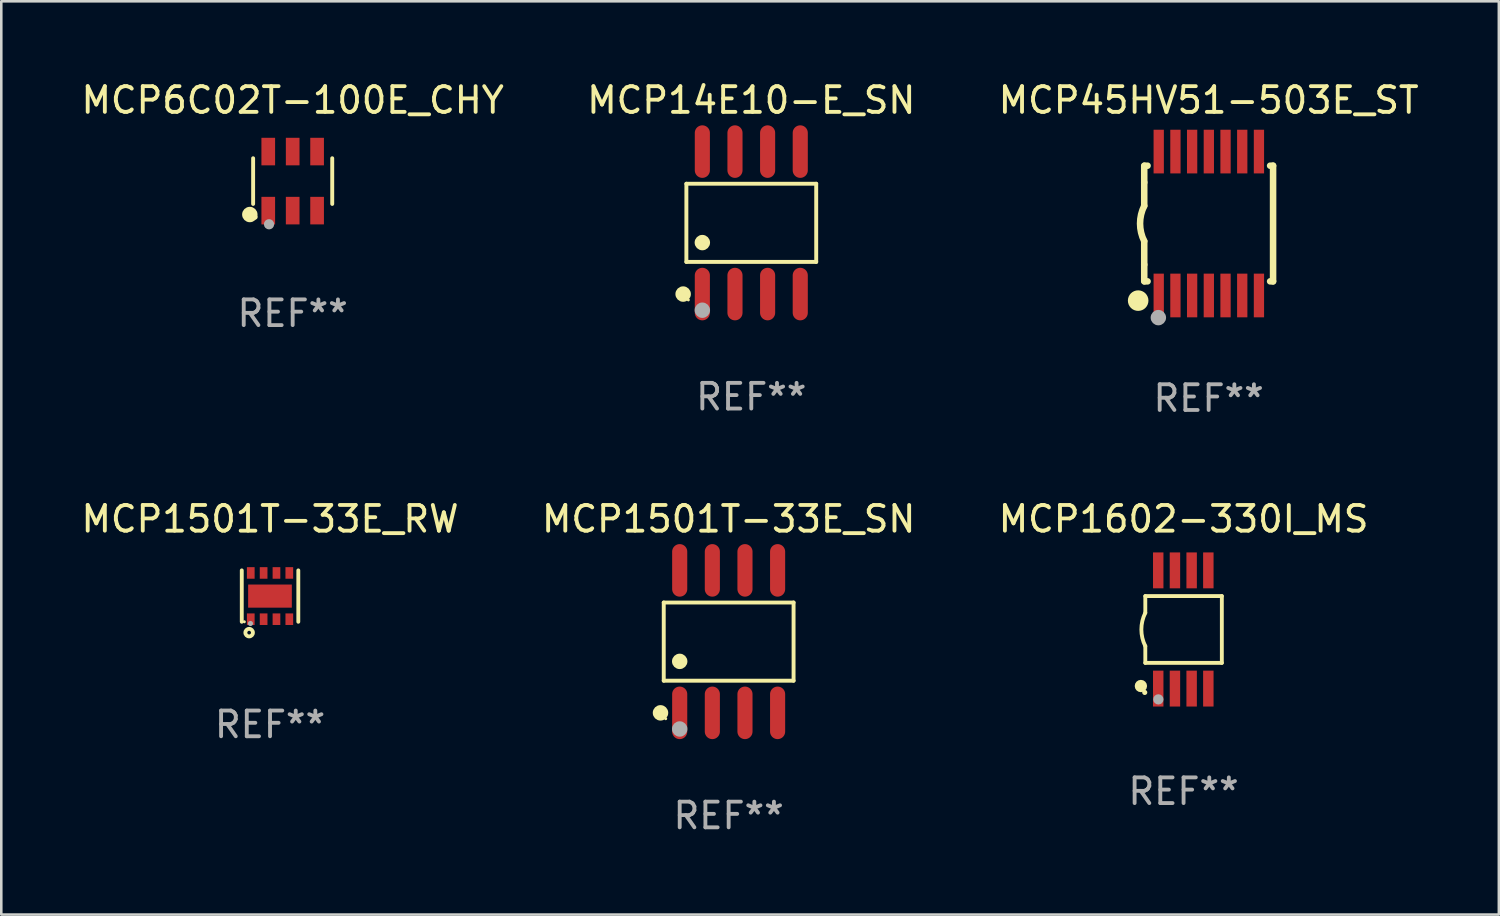
<source format=kicad_pcb>
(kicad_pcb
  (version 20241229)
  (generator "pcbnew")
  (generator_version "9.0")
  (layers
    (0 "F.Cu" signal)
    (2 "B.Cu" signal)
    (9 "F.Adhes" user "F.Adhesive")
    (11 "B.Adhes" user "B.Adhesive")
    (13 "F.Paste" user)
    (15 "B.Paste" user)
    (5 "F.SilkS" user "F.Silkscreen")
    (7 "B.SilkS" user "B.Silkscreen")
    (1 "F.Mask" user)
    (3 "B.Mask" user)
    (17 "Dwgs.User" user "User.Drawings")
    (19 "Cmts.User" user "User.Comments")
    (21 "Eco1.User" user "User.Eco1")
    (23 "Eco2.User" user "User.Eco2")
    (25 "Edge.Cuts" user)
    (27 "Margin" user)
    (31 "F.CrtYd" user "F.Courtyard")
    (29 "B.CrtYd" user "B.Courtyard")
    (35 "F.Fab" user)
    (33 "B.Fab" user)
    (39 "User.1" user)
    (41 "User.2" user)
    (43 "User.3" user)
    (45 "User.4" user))
  (footprint "MCP14E10-E_SN"
    (layer "F.Cu")
    (at 26.185 5.621)
    (property "Reference" "MCP14E10-E_SN" (at 0 -4.772 0) (layer "F.SilkS") (effects (font (size 1 1) (thickness 0.15))))
    (attr through_hole)
    (fp_line (start -2.526 -1.521) (end 2.526 -1.521) (stroke (width 0.152) (type solid)) (layer "F.SilkS"))
    (fp_line (start -2.526 1.521) (end -2.526 -1.521) (stroke (width 0.152) (type solid)) (layer "F.SilkS"))
    (fp_line (start 2.526 -1.521) (end 2.526 1.521) (stroke (width 0.152) (type solid)) (layer "F.SilkS"))
    (fp_line (start 2.526 1.521) (end -2.526 1.521) (stroke (width 0.152) (type solid)) (layer "F.SilkS"))
    (fp_circle (center -2.652 2.772) (end -2.501 2.772) (stroke (width 0.3) (type solid)) (fill no) (layer "F.SilkS"))
    (fp_circle (center -2.45 3) (end -2.42 3) (stroke (width 0.06) (type solid)) (fill no) (layer "F.SilkS"))
    (fp_circle (center -1.905 0.769) (end -1.755 0.769) (stroke (width 0.3) (type solid)) (fill no) (layer "F.SilkS"))
    (fp_circle (center -1.905 3.4) (end -1.755 3.4) (stroke (width 0.3) (type solid)) (fill no) (layer "F.Fab"))
    (fp_text user "REF**" (at 0 6.772 0) (layer "F.Fab") (effects (font (size 1 1) (thickness 0.15))))
    (pad "1" smd oval (at -1.905 2.772) (size 0.588 2.045) (layers "F.Cu" "F.Mask" "F.Paste"))
    (pad "2" smd oval (at -0.635 2.772) (size 0.588 2.045) (layers "F.Cu" "F.Mask" "F.Paste"))
    (pad "3" smd oval (at 0.635 2.772) (size 0.588 2.045) (layers "F.Cu" "F.Mask" "F.Paste"))
    (pad "4" smd oval (at 1.905 2.772) (size 0.588 2.045) (layers "F.Cu" "F.Mask" "F.Paste"))
    (pad "5" smd oval (at 1.905 -2.772) (size 0.588 2.045) (layers "F.Cu" "F.Mask" "F.Paste"))
    (pad "6" smd oval (at 0.635 -2.772) (size 0.588 2.045) (layers "F.Cu" "F.Mask" "F.Paste"))
    (pad "7" smd oval (at -0.635 -2.772) (size 0.588 2.045) (layers "F.Cu" "F.Mask" "F.Paste"))
    (pad "8" smd oval (at -1.905 -2.772) (size 0.588 2.045) (layers "F.Cu" "F.Mask" "F.Paste")))
  (footprint "MCP1501T-33E_SN"
    (layer "F.Cu")
    (at 25.304 21.917)
    (property "Reference" "MCP1501T-33E_SN" (at 0 -4.772 0) (layer "F.SilkS") (effects (font (size 1 1) (thickness 0.15))))
    (attr through_hole)
    (fp_line (start -2.526 -1.521) (end 2.526 -1.521) (stroke (width 0.152) (type solid)) (layer "F.SilkS"))
    (fp_line (start -2.526 1.521) (end -2.526 -1.521) (stroke (width 0.152) (type solid)) (layer "F.SilkS"))
    (fp_line (start 2.526 -1.521) (end 2.526 1.521) (stroke (width 0.152) (type solid)) (layer "F.SilkS"))
    (fp_line (start 2.526 1.521) (end -2.526 1.521) (stroke (width 0.152) (type solid)) (layer "F.SilkS"))
    (fp_circle (center -2.652 2.772) (end -2.501 2.772) (stroke (width 0.3) (type solid)) (fill no) (layer "F.SilkS"))
    (fp_circle (center -2.45 3) (end -2.42 3) (stroke (width 0.06) (type solid)) (fill no) (layer "F.SilkS"))
    (fp_circle (center -1.905 0.769) (end -1.755 0.769) (stroke (width 0.3) (type solid)) (fill no) (layer "F.SilkS"))
    (fp_circle (center -1.905 3.4) (end -1.755 3.4) (stroke (width 0.3) (type solid)) (fill no) (layer "F.Fab"))
    (fp_text user "REF**" (at 0 6.772 0) (layer "F.Fab") (effects (font (size 1 1) (thickness 0.15))))
    (pad "1" smd oval (at -1.905 2.772) (size 0.588 2.045) (layers "F.Cu" "F.Mask" "F.Paste"))
    (pad "2" smd oval (at -0.635 2.772) (size 0.588 2.045) (layers "F.Cu" "F.Mask" "F.Paste"))
    (pad "3" smd oval (at 0.635 2.772) (size 0.588 2.045) (layers "F.Cu" "F.Mask" "F.Paste"))
    (pad "4" smd oval (at 1.905 2.772) (size 0.588 2.045) (layers "F.Cu" "F.Mask" "F.Paste"))
    (pad "5" smd oval (at 1.905 -2.772) (size 0.588 2.045) (layers "F.Cu" "F.Mask" "F.Paste"))
    (pad "6" smd oval (at 0.635 -2.772) (size 0.588 2.045) (layers "F.Cu" "F.Mask" "F.Paste"))
    (pad "7" smd oval (at -0.635 -2.772) (size 0.588 2.045) (layers "F.Cu" "F.Mask" "F.Paste"))
    (pad "8" smd oval (at -1.905 -2.772) (size 0.588 2.045) (layers "F.Cu" "F.Mask" "F.Paste")))
  (footprint "MCP1602-330I_MS"
    (layer "F.Cu")
    (at 43.006 21.445)
    (property "Reference" "MCP1602-330I_MS" (at 0 -4.3 0) (layer "F.SilkS") (effects (font (size 1 1) (thickness 0.15))))
    (attr through_hole)
    (fp_line (start -1.489 -1.3) (end -1.489 -0.648) (stroke (width 0.15) (type solid)) (layer "F.SilkS"))
    (fp_line (start -1.489 0.648) (end -1.489 1.3) (stroke (width 0.15) (type solid)) (layer "F.SilkS"))
    (fp_line (start -1.489 1.3) (end 1.489 1.3) (stroke (width 0.15) (type solid)) (layer "F.SilkS"))
    (fp_line (start 1.489 -1.3) (end -1.489 -1.3) (stroke (width 0.15) (type solid)) (layer "F.SilkS"))
    (fp_line (start 1.489 1.3) (end 1.489 -1.3) (stroke (width 0.15) (type solid)) (layer "F.SilkS"))
    (fp_arc (start -1.489205 0.647702) (mid -1.642107 0) (end -1.489205 -0.647701) (stroke (width 0.150013) (type solid)) (layer "F.SilkS"))
    (fp_circle (center -1.661 2.2) (end -1.541 2.2) (stroke (width 0.24) (type solid)) (fill no) (layer "F.SilkS"))
    (fp_circle (center -1.511 2.45) (end -1.461 2.45) (stroke (width 0.1) (type solid)) (fill no) (layer "F.SilkS"))
    (fp_circle (center -0.981 2.72) (end -0.881 2.72) (stroke (width 0.2) (type solid)) (fill no) (layer "F.Fab"))
    (fp_text user "REF**" (at 0 6.3 0) (layer "F.Fab") (effects (font (size 1 1) (thickness 0.15))))
    (pad "1" smd rect (at -0.986 2.3) (size 0.406 1.397) (layers "F.Cu" "F.Mask" "F.Paste"))
    (pad "2" smd rect (at -0.336 2.3) (size 0.406 1.397) (layers "F.Cu" "F.Mask" "F.Paste"))
    (pad "3" smd rect (at 0.314 2.3) (size 0.406 1.397) (layers "F.Cu" "F.Mask" "F.Paste"))
    (pad "4" smd rect (at 0.964 2.3) (size 0.406 1.397) (layers "F.Cu" "F.Mask" "F.Paste"))
    (pad "5" smd rect (at 0.964 -2.3) (size 0.406 1.397) (layers "F.Cu" "F.Mask" "F.Paste"))
    (pad "6" smd rect (at 0.314 -2.3) (size 0.406 1.397) (layers "F.Cu" "F.Mask" "F.Paste"))
    (pad "7" smd rect (at -0.336 -2.3) (size 0.406 1.397) (layers "F.Cu" "F.Mask" "F.Paste"))
    (pad "8" smd rect (at -0.986 -2.3) (size 0.406 1.397) (layers "F.Cu" "F.Mask" "F.Paste")))
  (footprint "MCP1501T-33E_RW"
    (layer "F.Cu")
    (at 7.458 20.145)
    (property "Reference" "MCP1501T-33E_RW" (at 0 -3 0) (layer "F.SilkS") (effects (font (size 1 1) (thickness 0.15))))
    (attr through_hole)
    (fp_line (start -1.1 -1) (end -1.1 1) (stroke (width 0.15) (type solid)) (layer "F.SilkS"))
    (fp_line (start 1.1 -1) (end 1.1 1) (stroke (width 0.15) (type solid)) (layer "F.SilkS"))
    (fp_circle (center -1 1) (end -0.97 1) (stroke (width 0.06) (type solid)) (fill no) (layer "F.SilkS"))
    (fp_circle (center -0.813 1.423) (end -0.741 1.423) (stroke (width 0.15) (type solid)) (fill no) (layer "F.SilkS"))
    (fp_circle (center -0.762 1.067) (end -0.712 1.067) (stroke (width 0.1) (type solid)) (fill no) (layer "F.Fab"))
    (fp_text user "REF**" (at 0 5 0) (layer "F.Fab") (effects (font (size 1 1) (thickness 0.15))))
    (pad "1" smd rect (at -0.75 0.9 90) (size 0.45 0.3) (layers "F.Cu" "F.Mask" "F.Paste"))
    (pad "2" smd rect (at -0.25 0.9 90) (size 0.45 0.3) (layers "F.Cu" "F.Mask" "F.Paste"))
    (pad "3" smd rect (at 0.25 0.9 90) (size 0.45 0.3) (layers "F.Cu" "F.Mask" "F.Paste"))
    (pad "4" smd rect (at 0.75 0.9 90) (size 0.45 0.3) (layers "F.Cu" "F.Mask" "F.Paste"))
    (pad "5" smd rect (at 0.75 -0.9 90) (size 0.45 0.3) (layers "F.Cu" "F.Mask" "F.Paste"))
    (pad "6" smd rect (at 0.25 -0.9 90) (size 0.45 0.3) (layers "F.Cu" "F.Mask" "F.Paste"))
    (pad "7" smd rect (at -0.25 -0.9 90) (size 0.45 0.3) (layers "F.Cu" "F.Mask" "F.Paste"))
    (pad "8" smd rect (at -0.75 -0.9 90) (size 0.45 0.3) (layers "F.Cu" "F.Mask" "F.Paste"))
    (pad "9" smd rect (at -0.002 0.001 90) (size 0.9 1.7) (layers "F.Cu" "F.Mask" "F.Paste")))
  (footprint "MCP45HV51-503E_ST"
    (layer "F.Cu")
    (at 43.982 5.648)
    (property "Reference" "MCP45HV51-503E_ST" (at 0 -4.8 0) (layer "F.SilkS") (effects (font (size 1 1) (thickness 0.15))))
    (attr through_hole)
    (fp_line (start -2.507 -1.6) (end -2.507 -2.25) (stroke (width 0.254) (type solid)) (layer "F.SilkS"))
    (fp_line (start -2.507 -0.686) (end -2.507 -1.6) (stroke (width 0.254) (type solid)) (layer "F.SilkS"))
    (fp_line (start -2.507 1.6) (end -2.507 0.686) (stroke (width 0.254) (type solid)) (layer "F.SilkS"))
    (fp_line (start -2.507 1.6) (end -2.507 2.25) (stroke (width 0.254) (type solid)) (layer "F.SilkS"))
    (fp_line (start -2.493 -2.25) (end -2.377 -2.25) (stroke (width 0.254) (type solid)) (layer "F.SilkS"))
    (fp_line (start -2.377 2.25) (end -2.493 2.25) (stroke (width 0.254) (type solid)) (layer "F.SilkS"))
    (fp_line (start 2.392 -2.25) (end 2.507 -2.25) (stroke (width 0.254) (type solid)) (layer "F.SilkS"))
    (fp_line (start 2.507 -2.25) (end 2.507 2.25) (stroke (width 0.254) (type solid)) (layer "F.SilkS"))
    (fp_line (start 2.507 2.25) (end 2.392 2.25) (stroke (width 0.254) (type solid)) (layer "F.SilkS"))
    (fp_arc (start -2.507303 0.685802) (mid -2.669199 0) (end -2.507303 -0.685801) (stroke (width 0.254001) (type solid)) (layer "F.SilkS"))
    (fp_circle (center -2.743 3) (end -2.543 3) (stroke (width 0.4) (type solid)) (fill no) (layer "F.SilkS"))
    (fp_circle (center -2.493 3.2) (end -2.463 3.2) (stroke (width 0.06) (type solid)) (fill no) (layer "F.SilkS"))
    (fp_circle (center -1.957 3.662) (end -1.807 3.662) (stroke (width 0.3) (type solid)) (fill no) (layer "F.Fab"))
    (fp_text user "REF**" (at 0 6.8 0) (layer "F.Fab") (effects (font (size 1 1) (thickness 0.15))))
    (pad "1" smd rect (at -1.943 2.8) (size 0.4 1.7) (layers "F.Cu" "F.Mask" "F.Paste"))
    (pad "2" smd rect (at -1.293 2.8) (size 0.4 1.7) (layers "F.Cu" "F.Mask" "F.Paste"))
    (pad "3" smd rect (at -0.643 2.8) (size 0.4 1.7) (layers "F.Cu" "F.Mask" "F.Paste"))
    (pad "4" smd rect (at 0.007 2.8) (size 0.4 1.7) (layers "F.Cu" "F.Mask" "F.Paste"))
    (pad "5" smd rect (at 0.657 2.8) (size 0.4 1.7) (layers "F.Cu" "F.Mask" "F.Paste"))
    (pad "6" smd rect (at 1.307 2.8) (size 0.4 1.7) (layers "F.Cu" "F.Mask" "F.Paste"))
    (pad "7" smd rect (at 1.957 2.8) (size 0.4 1.7) (layers "F.Cu" "F.Mask" "F.Paste"))
    (pad "8" smd rect (at 1.957 -2.8) (size 0.4 1.7) (layers "F.Cu" "F.Mask" "F.Paste"))
    (pad "9" smd rect (at 1.307 -2.8) (size 0.4 1.7) (layers "F.Cu" "F.Mask" "F.Paste"))
    (pad "10" smd rect (at 0.657 -2.8) (size 0.4 1.7) (layers "F.Cu" "F.Mask" "F.Paste"))
    (pad "11" smd rect (at 0.007 -2.8) (size 0.4 1.7) (layers "F.Cu" "F.Mask" "F.Paste"))
    (pad "12" smd rect (at -0.643 -2.8) (size 0.4 1.7) (layers "F.Cu" "F.Mask" "F.Paste"))
    (pad "13" smd rect (at -1.293 -2.8) (size 0.4 1.7) (layers "F.Cu" "F.Mask" "F.Paste"))
    (pad "14" smd rect (at -1.943 -2.8) (size 0.4 1.7) (layers "F.Cu" "F.Mask" "F.Paste")))
  (footprint "MCP6C02T-100E_CHY"
    (layer "F.Cu")
    (at 8.339 3.997)
    (property "Reference" "MCP6C02T-100E_CHY" (at 0 -3.149 0) (layer "F.SilkS") (effects (font (size 1 1) (thickness 0.15))))
    (attr through_hole)
    (fp_line (start -1.539 0.889) (end -1.539 -0.889) (stroke (width 0.152) (type solid)) (layer "F.SilkS"))
    (fp_line (start 1.539 0.889) (end 1.539 -0.889) (stroke (width 0.152) (type solid)) (layer "F.SilkS"))
    (fp_circle (center -1.668 1.301) (end -1.518 1.301) (stroke (width 0.3) (type solid)) (fill no) (layer "F.SilkS"))
    (fp_circle (center -1.463 1.4) (end -1.413 1.4) (stroke (width 0.1) (type solid)) (fill no) (layer "F.SilkS"))
    (fp_circle (center -0.92 1.68) (end -0.82 1.68) (stroke (width 0.2) (type solid)) (fill no) (layer "F.Fab"))
    (fp_text user "REF**" (at 0 5.149 0) (layer "F.Fab") (effects (font (size 1 1) (thickness 0.15))))
    (pad "1" smd rect (at -0.95 1.149) (size 0.532 1.072) (layers "F.Cu" "F.Mask" "F.Paste"))
    (pad "2" smd rect (at 0 1.149) (size 0.532 1.072) (layers "F.Cu" "F.Mask" "F.Paste"))
    (pad "3" smd rect (at 0.95 1.149) (size 0.532 1.072) (layers "F.Cu" "F.Mask" "F.Paste"))
    (pad "4" smd rect (at 0.95 -1.149) (size 0.532 1.072) (layers "F.Cu" "F.Mask" "F.Paste"))
    (pad "5" smd rect (at 0 -1.149) (size 0.532 1.072) (layers "F.Cu" "F.Mask" "F.Paste"))
    (pad "6" smd rect (at -0.95 -1.149) (size 0.532 1.072) (layers "F.Cu" "F.Mask" "F.Paste")))
  (gr_rect
    (start -3 -3)
    (end 55.274 32.538)
    (stroke (width 0.1) (type default))
    (fill no)
    (layer "Edge.Cuts")))
</source>
